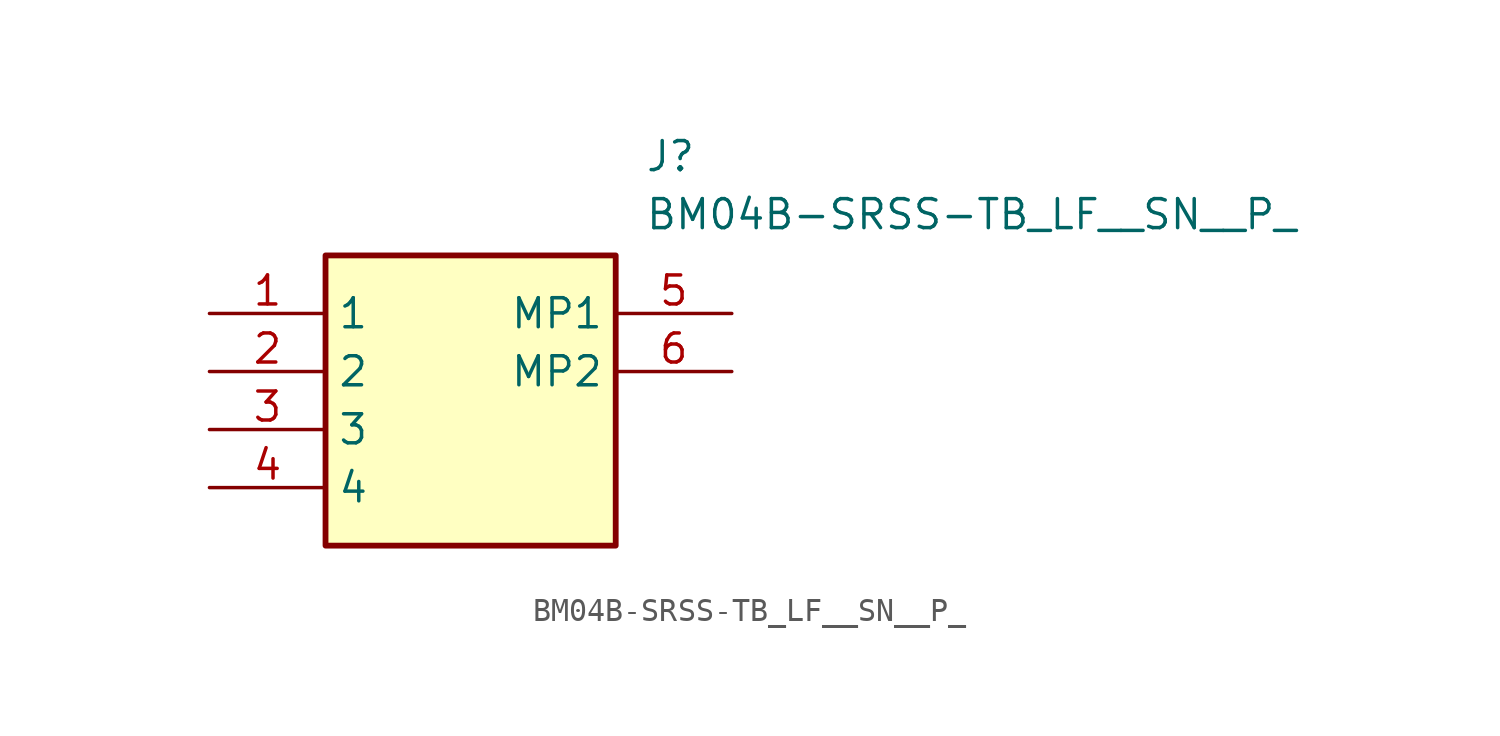
<source format=kicad_sym>
(kicad_symbol_lib
  (version 20241209)
  (generator "kicad_symbol_editor")
  (generator_version "9.0")
  (symbol "BM04B-SRSS-TB_LF__SN__P_"
    (property "Reference" "J"
      (at 19.05 7.62 0)
      (effects (font (size 1.27 1.27)) (justify left top)))
    (property "Value" "BM04B-SRSS-TB_LF__SN__P_"
      (at 19.05 5.08 0)
      (effects (font (size 1.27 1.27)) (justify left top)))
    (symbol "BM04B-SRSS-TB_LF__SN__P__1_1"
      (rectangle (start 5.08 2.54) (end 17.78 -10.16) (stroke (width 0.254) (type default)) (fill (type background)))
      (pin passive line (at 0 0 0) (length 5.08) (name "1" (effects (font (size 1.27 1.27)))) (number "1" (effects (font (size 1.27 1.27)))))
      (pin passive line (at 0 -2.54 0) (length 5.08) (name "2" (effects (font (size 1.27 1.27)))) (number "2" (effects (font (size 1.27 1.27)))))
      (pin passive line (at 0 -5.08 0) (length 5.08) (name "3" (effects (font (size 1.27 1.27)))) (number "3" (effects (font (size 1.27 1.27)))))
      (pin passive line (at 0 -7.62 0) (length 5.08) (name "4" (effects (font (size 1.27 1.27)))) (number "4" (effects (font (size 1.27 1.27)))))
      (pin passive line (at 22.86 0 180) (length 5.08) (name "MP1" (effects (font (size 1.27 1.27)))) (number "5" (effects (font (size 1.27 1.27)))))
      (pin passive line (at 22.86 -2.54 180) (length 5.08) (name "MP2" (effects (font (size 1.27 1.27)))) (number "6" (effects (font (size 1.27 1.27))))))))
</source>
